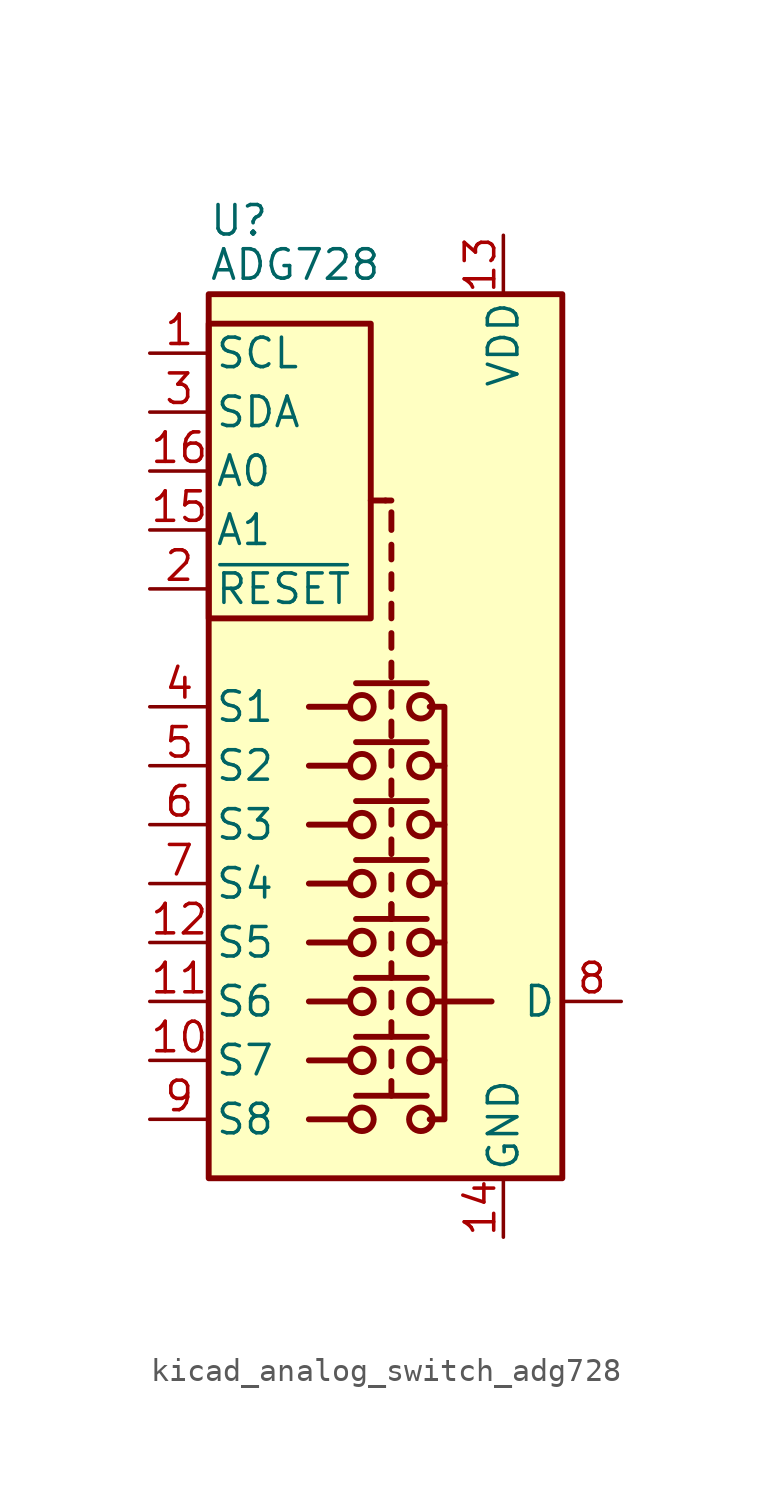
<source format=kicad_sym>
(kicad_symbol_lib
  (version 20220914)
  (generator kicad_symbol_editor)
  (symbol "kicad_analog_switch_adg728"
    (pin_names
      (offset 0.254))
    (property "Reference" "U"
      (at -7.62 23.495 0)
      (effects (font (size 1.27 1.27)) (justify left)))
    (property "Value" "ADG728"
      (at -7.62 21.59 0)
      (effects (font (size 1.27 1.27)) (justify left)))
    (symbol "kicad_analog_switch_adg728_0_1"
      (rectangle (start -7.62 6.35) (end -0.635 19.05) (stroke (width 0.254) (type default)) (fill (type none)))
      (rectangle (start -7.62 20.32) (end 7.62 -17.78) (stroke (width 0.254) (type default)) (fill (type background)))
      (circle (center -1.016 -15.24) (radius 0.508) (stroke (width 0.254) (type default)) (fill (type none)))
      (circle (center -1.016 -12.7) (radius 0.508) (stroke (width 0.254) (type default)) (fill (type none)))
      (circle (center -1.016 -10.16) (radius 0.508) (stroke (width 0.254) (type default)) (fill (type none)))
      (circle (center -1.016 -7.62) (radius 0.508) (stroke (width 0.254) (type default)) (fill (type none)))
      (circle (center -1.016 -5.08) (radius 0.508) (stroke (width 0.254) (type default)) (fill (type none)))
      (circle (center -1.016 -2.54) (radius 0.508) (stroke (width 0.254) (type default)) (fill (type none)))
      (circle (center -1.016 0) (radius 0.508) (stroke (width 0.254) (type default)) (fill (type none)))
      (circle (center -1.016 2.54) (radius 0.508) (stroke (width 0.254) (type default)) (fill (type none)))
      (polyline (pts (xy -1.524 -15.24) (xy -3.302 -15.24)) (stroke (width 0.254) (type default)) (fill (type none)))
      (polyline (pts (xy -1.524 -12.7) (xy -3.302 -12.7)) (stroke (width 0.254) (type default)) (fill (type none)))
      (polyline (pts (xy -1.524 -10.16) (xy -3.302 -10.16)) (stroke (width 0.254) (type default)) (fill (type none)))
      (polyline (pts (xy -1.524 -7.62) (xy -3.302 -7.62)) (stroke (width 0.254) (type default)) (fill (type none)))
      (polyline (pts (xy -1.524 -5.08) (xy -3.302 -5.08)) (stroke (width 0.254) (type default)) (fill (type none)))
      (polyline (pts (xy -1.524 -2.54) (xy -3.302 -2.54)) (stroke (width 0.254) (type default)) (fill (type none)))
      (polyline (pts (xy -1.524 0) (xy -3.302 0)) (stroke (width 0.254) (type default)) (fill (type none)))
      (polyline (pts (xy -1.524 2.54) (xy -3.302 2.54)) (stroke (width 0.254) (type default)) (fill (type none)))
      (polyline (pts (xy -1.27 -14.224) (xy 1.778 -14.224)) (stroke (width 0.254) (type default)) (fill (type none)))
      (polyline (pts (xy -1.27 -11.684) (xy 1.778 -11.684)) (stroke (width 0.254) (type default)) (fill (type none)))
      (polyline (pts (xy -1.27 -9.144) (xy 1.778 -9.144)) (stroke (width 0.254) (type default)) (fill (type none)))
      (polyline (pts (xy -1.27 -6.604) (xy 1.778 -6.604)) (stroke (width 0.254) (type default)) (fill (type none)))
      (polyline (pts (xy -1.27 -4.064) (xy 1.778 -4.064)) (stroke (width 0.254) (type default)) (fill (type none)))
      (polyline (pts (xy -1.27 -1.524) (xy 1.778 -1.524)) (stroke (width 0.254) (type default)) (fill (type none)))
      (polyline (pts (xy -1.27 1.016) (xy 1.778 1.016)) (stroke (width 0.254) (type default)) (fill (type none)))
      (polyline (pts (xy -1.27 3.556) (xy 1.778 3.556)) (stroke (width 0.254) (type default)) (fill (type none)))
      (polyline (pts (xy -0.635 11.43) (xy 0 11.43)) (stroke (width 0.254) (type default)) (fill (type none)))
      (polyline (pts (xy 0.254 -14.224) (xy 0.254 -13.589)) (stroke (width 0.254) (type default)) (fill (type none)))
      (polyline (pts (xy 0.254 -12.954) (xy 0.254 -12.319)) (stroke (width 0.254) (type default)) (fill (type none)))
      (polyline (pts (xy 0.254 -11.684) (xy 0.254 -11.049)) (stroke (width 0.254) (type default)) (fill (type none)))
      (polyline (pts (xy 0.254 -10.414) (xy 0.254 -9.779)) (stroke (width 0.254) (type default)) (fill (type none)))
      (polyline (pts (xy 0.254 -9.144) (xy 0.254 -8.509)) (stroke (width 0.254) (type default)) (fill (type none)))
      (polyline (pts (xy 0.254 -7.874) (xy 0.254 -7.239)) (stroke (width 0.254) (type default)) (fill (type none)))
      (polyline (pts (xy 0.254 -6.604) (xy 0.254 -5.969)) (stroke (width 0.254) (type default)) (fill (type none)))
      (polyline (pts (xy 0.254 -6.604) (xy 0.254 -5.969)) (stroke (width 0.254) (type default)) (fill (type none)))
      (polyline (pts (xy 0.254 -5.334) (xy 0.254 -4.699)) (stroke (width 0.254) (type default)) (fill (type none)))
      (polyline (pts (xy 0.254 -3.81) (xy 0.254 -3.175)) (stroke (width 0.254) (type default)) (fill (type none)))
      (polyline (pts (xy 0.254 -2.54) (xy 0.254 -1.905)) (stroke (width 0.254) (type default)) (fill (type none)))
      (polyline (pts (xy 0.254 -1.27) (xy 0.254 -0.635)) (stroke (width 0.254) (type default)) (fill (type none)))
      (polyline (pts (xy 0.254 0) (xy 0.254 0.635)) (stroke (width 0.254) (type default)) (fill (type none)))
      (polyline (pts (xy 0.254 1.27) (xy 0.254 1.905)) (stroke (width 0.254) (type default)) (fill (type none)))
      (polyline (pts (xy 0.254 2.54) (xy 0.254 3.175)) (stroke (width 0.254) (type default)) (fill (type none)))
      (polyline (pts (xy 0.254 3.81) (xy 0.254 4.445)) (stroke (width 0.254) (type default)) (fill (type none)))
      (polyline (pts (xy 0.254 5.08) (xy 0.254 5.715)) (stroke (width 0.254) (type default)) (fill (type none)))
      (polyline (pts (xy 0.254 6.35) (xy 0.254 6.985)) (stroke (width 0.254) (type default)) (fill (type none)))
      (polyline (pts (xy 0.254 7.62) (xy 0.254 8.255)) (stroke (width 0.254) (type default)) (fill (type none)))
      (polyline (pts (xy 0.254 8.89) (xy 0.254 9.525)) (stroke (width 0.254) (type default)) (fill (type none)))
      (polyline (pts (xy 0.254 10.16) (xy 0.254 10.922)) (stroke (width 0.254) (type default)) (fill (type none)))
      (polyline (pts (xy 0.254 11.43) (xy 0 11.43)) (stroke (width 0.254) (type default)) (fill (type none)))
      (polyline (pts (xy 2.032 -12.7) (xy 2.54 -12.7)) (stroke (width 0.254) (type default)) (fill (type none)))
      (polyline (pts (xy 2.032 -10.16) (xy 2.54 -10.16)) (stroke (width 0.254) (type default)) (fill (type none)))
      (polyline (pts (xy 2.032 -7.62) (xy 2.54 -7.62)) (stroke (width 0.254) (type default)) (fill (type none)))
      (polyline (pts (xy 2.032 -5.08) (xy 2.54 -5.08)) (stroke (width 0.254) (type default)) (fill (type none)))
      (polyline (pts (xy 2.032 -2.54) (xy 2.54 -2.54)) (stroke (width 0.254) (type default)) (fill (type none)))
      (polyline (pts (xy 2.032 0) (xy 2.54 0)) (stroke (width 0.254) (type default)) (fill (type none)))
      (polyline (pts (xy 4.572 -10.16) (xy 2.54 -10.16)) (stroke (width 0.254) (type default)) (fill (type none)))
      (polyline (pts (xy 1.905 2.54) (xy 2.54 2.54) (xy 2.54 -15.24) (xy 1.905 -15.24)) (stroke (width 0.254) (type default)) (fill (type none)))
      (circle (center 1.524 -15.24) (radius 0.508) (stroke (width 0.254) (type default)) (fill (type none)))
      (circle (center 1.524 -12.7) (radius 0.508) (stroke (width 0.254) (type default)) (fill (type none)))
      (circle (center 1.524 -10.16) (radius 0.508) (stroke (width 0.254) (type default)) (fill (type none)))
      (circle (center 1.524 -7.62) (radius 0.508) (stroke (width 0.254) (type default)) (fill (type none)))
      (circle (center 1.524 -5.08) (radius 0.508) (stroke (width 0.254) (type default)) (fill (type none)))
      (circle (center 1.524 -2.54) (radius 0.508) (stroke (width 0.254) (type default)) (fill (type none)))
      (circle (center 1.524 0) (radius 0.508) (stroke (width 0.254) (type default)) (fill (type none)))
      (circle (center 1.524 2.54) (radius 0.508) (stroke (width 0.254) (type default)) (fill (type none))))
    (symbol "kicad_analog_switch_adg728_1_1"
      (pin input line (at -10.16 17.78 0) (length 2.54) (name "SCL" (effects (font (size 1.27 1.27)))) (number "1" (effects (font (size 1.27 1.27)))))
      (pin bidirectional line (at -10.16 -12.7 0) (length 2.54) (name "S7" (effects (font (size 1.27 1.27)))) (number "10" (effects (font (size 1.27 1.27)))))
      (pin bidirectional line (at -10.16 -10.16 0) (length 2.54) (name "S6" (effects (font (size 1.27 1.27)))) (number "11" (effects (font (size 1.27 1.27)))))
      (pin bidirectional line (at -10.16 -7.62 0) (length 2.54) (name "S5" (effects (font (size 1.27 1.27)))) (number "12" (effects (font (size 1.27 1.27)))))
      (pin power_in line (at 5.08 22.86 270) (length 2.54) (name "VDD" (effects (font (size 1.27 1.27)))) (number "13" (effects (font (size 1.27 1.27)))))
      (pin power_in line (at 5.08 -20.32 90) (length 2.54) (name "GND" (effects (font (size 1.27 1.27)))) (number "14" (effects (font (size 1.27 1.27)))))
      (pin input line (at -10.16 10.16 0) (length 2.54) (name "A1" (effects (font (size 1.27 1.27)))) (number "15" (effects (font (size 1.27 1.27)))))
      (pin input line (at -10.16 12.7 0) (length 2.54) (name "A0" (effects (font (size 1.27 1.27)))) (number "16" (effects (font (size 1.27 1.27)))))
      (pin input line (at -10.16 7.62 0) (length 2.54) (name "~{RESET}" (effects (font (size 1.27 1.27)))) (number "2" (effects (font (size 1.27 1.27)))))
      (pin bidirectional line (at -10.16 15.24 0) (length 2.54) (name "SDA" (effects (font (size 1.27 1.27)))) (number "3" (effects (font (size 1.27 1.27)))))
      (pin bidirectional line (at -10.16 2.54 0) (length 2.54) (name "S1" (effects (font (size 1.27 1.27)))) (number "4" (effects (font (size 1.27 1.27)))))
      (pin bidirectional line (at -10.16 0 0) (length 2.54) (name "S2" (effects (font (size 1.27 1.27)))) (number "5" (effects (font (size 1.27 1.27)))))
      (pin bidirectional line (at -10.16 -2.54 0) (length 2.54) (name "S3" (effects (font (size 1.27 1.27)))) (number "6" (effects (font (size 1.27 1.27)))))
      (pin bidirectional line (at -10.16 -5.08 0) (length 2.54) (name "S4" (effects (font (size 1.27 1.27)))) (number "7" (effects (font (size 1.27 1.27)))))
      (pin bidirectional line (at 10.16 -10.16 180) (length 2.54) (name "D" (effects (font (size 1.27 1.27)))) (number "8" (effects (font (size 1.27 1.27)))))
      (pin bidirectional line (at -10.16 -15.24 0) (length 2.54) (name "S8" (effects (font (size 1.27 1.27)))) (number "9" (effects (font (size 1.27 1.27))))))))
</source>
